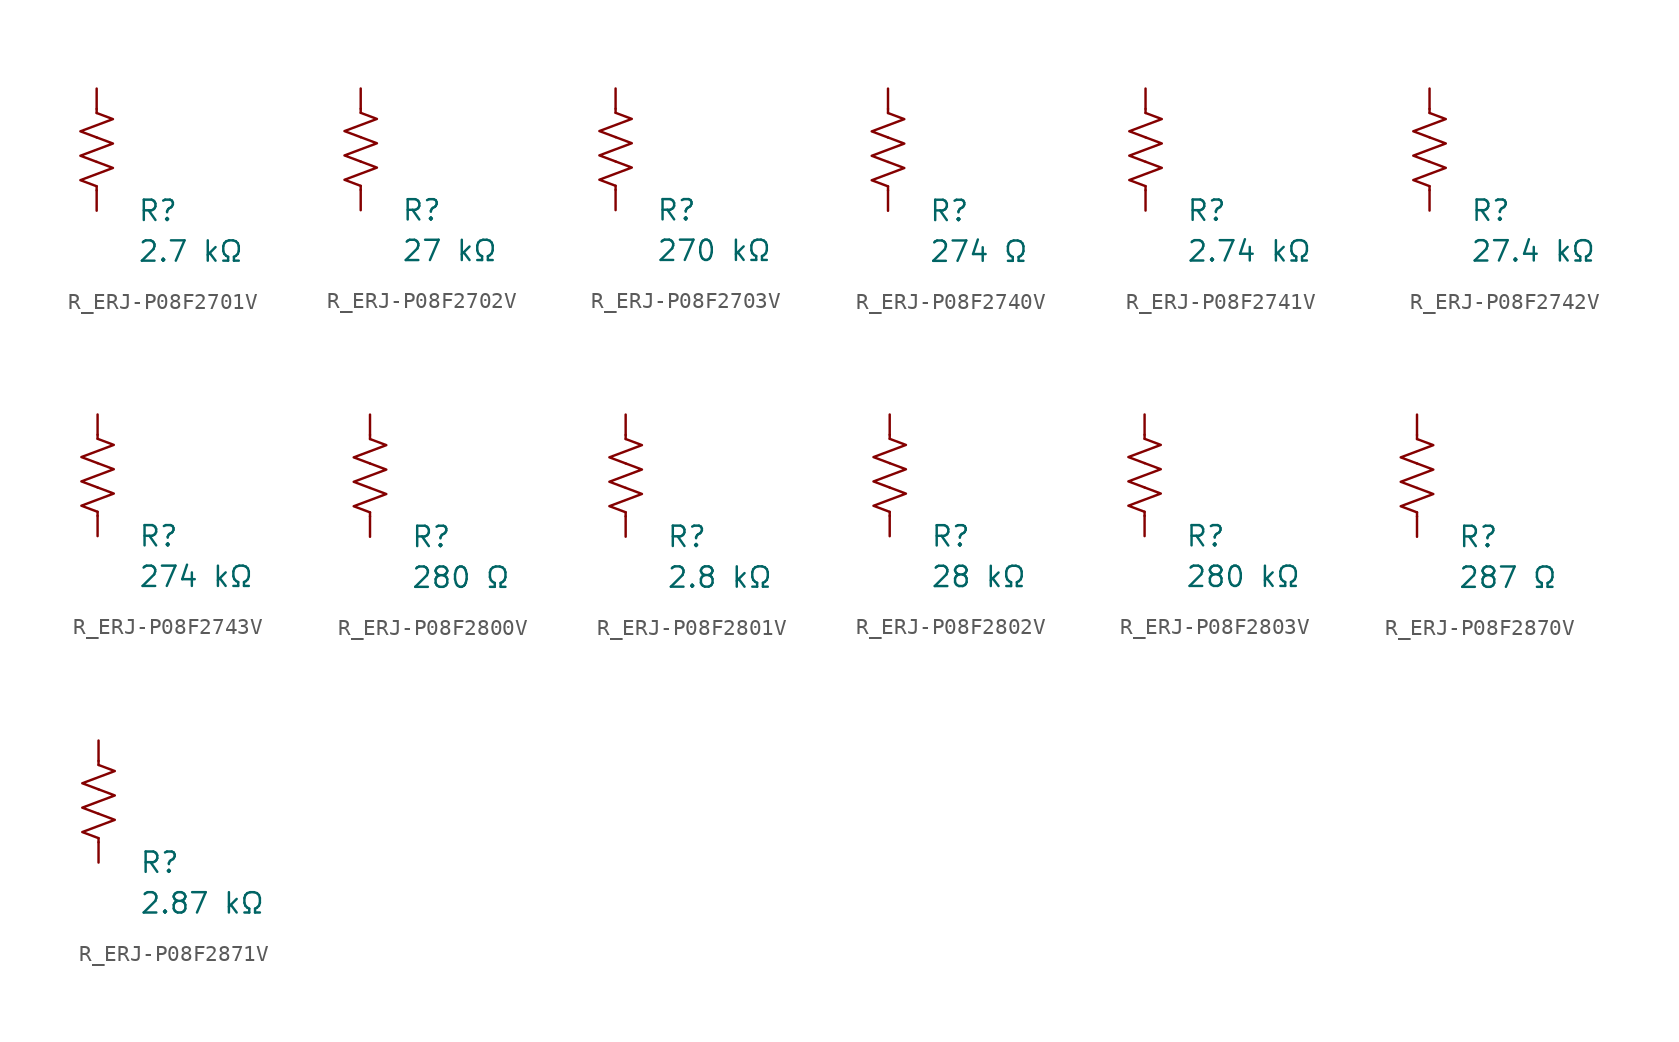
<source format=kicad_sym>
(kicad_symbol_lib
  (version 20231120)
  (generator "kicad_symbol_editor")
  (generator_version "8.0")
  (symbol "R_ERJ-P08F2701V"
    (pin_numbers hide)
    (pin_names
      (offset 0))
    (property "Reference" "R"
      (at 2.54 -3.81 0)
      (effects (font (size 1.27 1.27)) (justify left))
      (show_name no))
    (property "Value" "2.7 kΩ"
      (at 2.54 -6.35 0)
      (effects (font (size 1.27 1.27)) (justify left))
      (show_name no))
    (symbol "R_ERJ-P08F2701V_0_1"
      (polyline (pts (xy 0 -2.286) (xy 0 -2.54)) (stroke (width 0) (type default)) (fill (type none)))
      (polyline (pts (xy 0 2.286) (xy 0 2.54)) (stroke (width 0) (type default)) (fill (type none)))
      (polyline (pts (xy 0 -0.762) (xy 1.016 -1.143) (xy 0 -1.524) (xy -1.016 -1.905) (xy 0 -2.286)) (stroke (width 0) (type default)) (fill (type none)))
      (polyline (pts (xy 0 0.762) (xy 1.016 0.381) (xy 0 0) (xy -1.016 -0.381) (xy 0 -0.762)) (stroke (width 0) (type default)) (fill (type none)))
      (polyline (pts (xy 0 2.286) (xy 1.016 1.905) (xy 0 1.524) (xy -1.016 1.143) (xy 0 0.762)) (stroke (width 0) (type default)) (fill (type none))))
    (symbol "R_ERJ-P08F2701V_1_1"
      (pin passive line (at 0 3.81 270) (length 1.27) (name "~" (effects (font (size 1.27 1.27)))) (number "1" (effects (font (size 1.27 1.27)))))
      (pin passive line (at 0 -3.81 90) (length 1.27) (name "~" (effects (font (size 1.27 1.27)))) (number "2" (effects (font (size 1.27 1.27)))))))
  (symbol "R_ERJ-P08F2702V"
    (pin_numbers hide)
    (pin_names
      (offset 0))
    (property "Reference" "R"
      (at 2.54 -3.81 0)
      (effects (font (size 1.27 1.27)) (justify left))
      (show_name no))
    (property "Value" "27 kΩ"
      (at 2.54 -6.35 0)
      (effects (font (size 1.27 1.27)) (justify left))
      (show_name no))
    (symbol "R_ERJ-P08F2702V_0_1"
      (polyline (pts (xy 0 -2.286) (xy 0 -2.54)) (stroke (width 0) (type default)) (fill (type none)))
      (polyline (pts (xy 0 2.286) (xy 0 2.54)) (stroke (width 0) (type default)) (fill (type none)))
      (polyline (pts (xy 0 -0.762) (xy 1.016 -1.143) (xy 0 -1.524) (xy -1.016 -1.905) (xy 0 -2.286)) (stroke (width 0) (type default)) (fill (type none)))
      (polyline (pts (xy 0 0.762) (xy 1.016 0.381) (xy 0 0) (xy -1.016 -0.381) (xy 0 -0.762)) (stroke (width 0) (type default)) (fill (type none)))
      (polyline (pts (xy 0 2.286) (xy 1.016 1.905) (xy 0 1.524) (xy -1.016 1.143) (xy 0 0.762)) (stroke (width 0) (type default)) (fill (type none))))
    (symbol "R_ERJ-P08F2702V_1_1"
      (pin passive line (at 0 3.81 270) (length 1.27) (name "~" (effects (font (size 1.27 1.27)))) (number "1" (effects (font (size 1.27 1.27)))))
      (pin passive line (at 0 -3.81 90) (length 1.27) (name "~" (effects (font (size 1.27 1.27)))) (number "2" (effects (font (size 1.27 1.27)))))))
  (symbol "R_ERJ-P08F2703V"
    (pin_numbers hide)
    (pin_names
      (offset 0))
    (property "Reference" "R"
      (at 2.54 -3.81 0)
      (effects (font (size 1.27 1.27)) (justify left))
      (show_name no))
    (property "Value" "270 kΩ"
      (at 2.54 -6.35 0)
      (effects (font (size 1.27 1.27)) (justify left))
      (show_name no))
    (symbol "R_ERJ-P08F2703V_0_1"
      (polyline (pts (xy 0 -2.286) (xy 0 -2.54)) (stroke (width 0) (type default)) (fill (type none)))
      (polyline (pts (xy 0 2.286) (xy 0 2.54)) (stroke (width 0) (type default)) (fill (type none)))
      (polyline (pts (xy 0 -0.762) (xy 1.016 -1.143) (xy 0 -1.524) (xy -1.016 -1.905) (xy 0 -2.286)) (stroke (width 0) (type default)) (fill (type none)))
      (polyline (pts (xy 0 0.762) (xy 1.016 0.381) (xy 0 0) (xy -1.016 -0.381) (xy 0 -0.762)) (stroke (width 0) (type default)) (fill (type none)))
      (polyline (pts (xy 0 2.286) (xy 1.016 1.905) (xy 0 1.524) (xy -1.016 1.143) (xy 0 0.762)) (stroke (width 0) (type default)) (fill (type none))))
    (symbol "R_ERJ-P08F2703V_1_1"
      (pin passive line (at 0 3.81 270) (length 1.27) (name "~" (effects (font (size 1.27 1.27)))) (number "1" (effects (font (size 1.27 1.27)))))
      (pin passive line (at 0 -3.81 90) (length 1.27) (name "~" (effects (font (size 1.27 1.27)))) (number "2" (effects (font (size 1.27 1.27)))))))
  (symbol "R_ERJ-P08F2740V"
    (pin_numbers hide)
    (pin_names
      (offset 0))
    (property "Reference" "R"
      (at 2.54 -3.81 0)
      (effects (font (size 1.27 1.27)) (justify left))
      (show_name no))
    (property "Value" "274 Ω"
      (at 2.54 -6.35 0)
      (effects (font (size 1.27 1.27)) (justify left))
      (show_name no))
    (symbol "R_ERJ-P08F2740V_0_1"
      (polyline (pts (xy 0 -2.286) (xy 0 -2.54)) (stroke (width 0) (type default)) (fill (type none)))
      (polyline (pts (xy 0 2.286) (xy 0 2.54)) (stroke (width 0) (type default)) (fill (type none)))
      (polyline (pts (xy 0 -0.762) (xy 1.016 -1.143) (xy 0 -1.524) (xy -1.016 -1.905) (xy 0 -2.286)) (stroke (width 0) (type default)) (fill (type none)))
      (polyline (pts (xy 0 0.762) (xy 1.016 0.381) (xy 0 0) (xy -1.016 -0.381) (xy 0 -0.762)) (stroke (width 0) (type default)) (fill (type none)))
      (polyline (pts (xy 0 2.286) (xy 1.016 1.905) (xy 0 1.524) (xy -1.016 1.143) (xy 0 0.762)) (stroke (width 0) (type default)) (fill (type none))))
    (symbol "R_ERJ-P08F2740V_1_1"
      (pin passive line (at 0 3.81 270) (length 1.27) (name "~" (effects (font (size 1.27 1.27)))) (number "1" (effects (font (size 1.27 1.27)))))
      (pin passive line (at 0 -3.81 90) (length 1.27) (name "~" (effects (font (size 1.27 1.27)))) (number "2" (effects (font (size 1.27 1.27)))))))
  (symbol "R_ERJ-P08F2741V"
    (pin_numbers hide)
    (pin_names
      (offset 0))
    (property "Reference" "R"
      (at 2.54 -3.81 0)
      (effects (font (size 1.27 1.27)) (justify left))
      (show_name no))
    (property "Value" "2.74 kΩ"
      (at 2.54 -6.35 0)
      (effects (font (size 1.27 1.27)) (justify left))
      (show_name no))
    (symbol "R_ERJ-P08F2741V_0_1"
      (polyline (pts (xy 0 -2.286) (xy 0 -2.54)) (stroke (width 0) (type default)) (fill (type none)))
      (polyline (pts (xy 0 2.286) (xy 0 2.54)) (stroke (width 0) (type default)) (fill (type none)))
      (polyline (pts (xy 0 -0.762) (xy 1.016 -1.143) (xy 0 -1.524) (xy -1.016 -1.905) (xy 0 -2.286)) (stroke (width 0) (type default)) (fill (type none)))
      (polyline (pts (xy 0 0.762) (xy 1.016 0.381) (xy 0 0) (xy -1.016 -0.381) (xy 0 -0.762)) (stroke (width 0) (type default)) (fill (type none)))
      (polyline (pts (xy 0 2.286) (xy 1.016 1.905) (xy 0 1.524) (xy -1.016 1.143) (xy 0 0.762)) (stroke (width 0) (type default)) (fill (type none))))
    (symbol "R_ERJ-P08F2741V_1_1"
      (pin passive line (at 0 3.81 270) (length 1.27) (name "~" (effects (font (size 1.27 1.27)))) (number "1" (effects (font (size 1.27 1.27)))))
      (pin passive line (at 0 -3.81 90) (length 1.27) (name "~" (effects (font (size 1.27 1.27)))) (number "2" (effects (font (size 1.27 1.27)))))))
  (symbol "R_ERJ-P08F2742V"
    (pin_numbers hide)
    (pin_names
      (offset 0))
    (property "Reference" "R"
      (at 2.54 -3.81 0)
      (effects (font (size 1.27 1.27)) (justify left))
      (show_name no))
    (property "Value" "27.4 kΩ"
      (at 2.54 -6.35 0)
      (effects (font (size 1.27 1.27)) (justify left))
      (show_name no))
    (symbol "R_ERJ-P08F2742V_0_1"
      (polyline (pts (xy 0 -2.286) (xy 0 -2.54)) (stroke (width 0) (type default)) (fill (type none)))
      (polyline (pts (xy 0 2.286) (xy 0 2.54)) (stroke (width 0) (type default)) (fill (type none)))
      (polyline (pts (xy 0 -0.762) (xy 1.016 -1.143) (xy 0 -1.524) (xy -1.016 -1.905) (xy 0 -2.286)) (stroke (width 0) (type default)) (fill (type none)))
      (polyline (pts (xy 0 0.762) (xy 1.016 0.381) (xy 0 0) (xy -1.016 -0.381) (xy 0 -0.762)) (stroke (width 0) (type default)) (fill (type none)))
      (polyline (pts (xy 0 2.286) (xy 1.016 1.905) (xy 0 1.524) (xy -1.016 1.143) (xy 0 0.762)) (stroke (width 0) (type default)) (fill (type none))))
    (symbol "R_ERJ-P08F2742V_1_1"
      (pin passive line (at 0 3.81 270) (length 1.27) (name "~" (effects (font (size 1.27 1.27)))) (number "1" (effects (font (size 1.27 1.27)))))
      (pin passive line (at 0 -3.81 90) (length 1.27) (name "~" (effects (font (size 1.27 1.27)))) (number "2" (effects (font (size 1.27 1.27)))))))
  (symbol "R_ERJ-P08F2743V"
    (pin_numbers hide)
    (pin_names
      (offset 0))
    (property "Reference" "R"
      (at 2.54 -3.81 0)
      (effects (font (size 1.27 1.27)) (justify left))
      (show_name no))
    (property "Value" "274 kΩ"
      (at 2.54 -6.35 0)
      (effects (font (size 1.27 1.27)) (justify left))
      (show_name no))
    (symbol "R_ERJ-P08F2743V_0_1"
      (polyline (pts (xy 0 -2.286) (xy 0 -2.54)) (stroke (width 0) (type default)) (fill (type none)))
      (polyline (pts (xy 0 2.286) (xy 0 2.54)) (stroke (width 0) (type default)) (fill (type none)))
      (polyline (pts (xy 0 -0.762) (xy 1.016 -1.143) (xy 0 -1.524) (xy -1.016 -1.905) (xy 0 -2.286)) (stroke (width 0) (type default)) (fill (type none)))
      (polyline (pts (xy 0 0.762) (xy 1.016 0.381) (xy 0 0) (xy -1.016 -0.381) (xy 0 -0.762)) (stroke (width 0) (type default)) (fill (type none)))
      (polyline (pts (xy 0 2.286) (xy 1.016 1.905) (xy 0 1.524) (xy -1.016 1.143) (xy 0 0.762)) (stroke (width 0) (type default)) (fill (type none))))
    (symbol "R_ERJ-P08F2743V_1_1"
      (pin passive line (at 0 3.81 270) (length 1.27) (name "~" (effects (font (size 1.27 1.27)))) (number "1" (effects (font (size 1.27 1.27)))))
      (pin passive line (at 0 -3.81 90) (length 1.27) (name "~" (effects (font (size 1.27 1.27)))) (number "2" (effects (font (size 1.27 1.27)))))))
  (symbol "R_ERJ-P08F2800V"
    (pin_numbers hide)
    (pin_names
      (offset 0))
    (property "Reference" "R"
      (at 2.54 -3.81 0)
      (effects (font (size 1.27 1.27)) (justify left))
      (show_name no))
    (property "Value" "280 Ω"
      (at 2.54 -6.35 0)
      (effects (font (size 1.27 1.27)) (justify left))
      (show_name no))
    (symbol "R_ERJ-P08F2800V_0_1"
      (polyline (pts (xy 0 -2.286) (xy 0 -2.54)) (stroke (width 0) (type default)) (fill (type none)))
      (polyline (pts (xy 0 2.286) (xy 0 2.54)) (stroke (width 0) (type default)) (fill (type none)))
      (polyline (pts (xy 0 -0.762) (xy 1.016 -1.143) (xy 0 -1.524) (xy -1.016 -1.905) (xy 0 -2.286)) (stroke (width 0) (type default)) (fill (type none)))
      (polyline (pts (xy 0 0.762) (xy 1.016 0.381) (xy 0 0) (xy -1.016 -0.381) (xy 0 -0.762)) (stroke (width 0) (type default)) (fill (type none)))
      (polyline (pts (xy 0 2.286) (xy 1.016 1.905) (xy 0 1.524) (xy -1.016 1.143) (xy 0 0.762)) (stroke (width 0) (type default)) (fill (type none))))
    (symbol "R_ERJ-P08F2800V_1_1"
      (pin passive line (at 0 3.81 270) (length 1.27) (name "~" (effects (font (size 1.27 1.27)))) (number "1" (effects (font (size 1.27 1.27)))))
      (pin passive line (at 0 -3.81 90) (length 1.27) (name "~" (effects (font (size 1.27 1.27)))) (number "2" (effects (font (size 1.27 1.27)))))))
  (symbol "R_ERJ-P08F2801V"
    (pin_numbers hide)
    (pin_names
      (offset 0))
    (property "Reference" "R"
      (at 2.54 -3.81 0)
      (effects (font (size 1.27 1.27)) (justify left))
      (show_name no))
    (property "Value" "2.8 kΩ"
      (at 2.54 -6.35 0)
      (effects (font (size 1.27 1.27)) (justify left))
      (show_name no))
    (symbol "R_ERJ-P08F2801V_0_1"
      (polyline (pts (xy 0 -2.286) (xy 0 -2.54)) (stroke (width 0) (type default)) (fill (type none)))
      (polyline (pts (xy 0 2.286) (xy 0 2.54)) (stroke (width 0) (type default)) (fill (type none)))
      (polyline (pts (xy 0 -0.762) (xy 1.016 -1.143) (xy 0 -1.524) (xy -1.016 -1.905) (xy 0 -2.286)) (stroke (width 0) (type default)) (fill (type none)))
      (polyline (pts (xy 0 0.762) (xy 1.016 0.381) (xy 0 0) (xy -1.016 -0.381) (xy 0 -0.762)) (stroke (width 0) (type default)) (fill (type none)))
      (polyline (pts (xy 0 2.286) (xy 1.016 1.905) (xy 0 1.524) (xy -1.016 1.143) (xy 0 0.762)) (stroke (width 0) (type default)) (fill (type none))))
    (symbol "R_ERJ-P08F2801V_1_1"
      (pin passive line (at 0 3.81 270) (length 1.27) (name "~" (effects (font (size 1.27 1.27)))) (number "1" (effects (font (size 1.27 1.27)))))
      (pin passive line (at 0 -3.81 90) (length 1.27) (name "~" (effects (font (size 1.27 1.27)))) (number "2" (effects (font (size 1.27 1.27)))))))
  (symbol "R_ERJ-P08F2802V"
    (pin_numbers hide)
    (pin_names
      (offset 0))
    (property "Reference" "R"
      (at 2.54 -3.81 0)
      (effects (font (size 1.27 1.27)) (justify left))
      (show_name no))
    (property "Value" "28 kΩ"
      (at 2.54 -6.35 0)
      (effects (font (size 1.27 1.27)) (justify left))
      (show_name no))
    (symbol "R_ERJ-P08F2802V_0_1"
      (polyline (pts (xy 0 -2.286) (xy 0 -2.54)) (stroke (width 0) (type default)) (fill (type none)))
      (polyline (pts (xy 0 2.286) (xy 0 2.54)) (stroke (width 0) (type default)) (fill (type none)))
      (polyline (pts (xy 0 -0.762) (xy 1.016 -1.143) (xy 0 -1.524) (xy -1.016 -1.905) (xy 0 -2.286)) (stroke (width 0) (type default)) (fill (type none)))
      (polyline (pts (xy 0 0.762) (xy 1.016 0.381) (xy 0 0) (xy -1.016 -0.381) (xy 0 -0.762)) (stroke (width 0) (type default)) (fill (type none)))
      (polyline (pts (xy 0 2.286) (xy 1.016 1.905) (xy 0 1.524) (xy -1.016 1.143) (xy 0 0.762)) (stroke (width 0) (type default)) (fill (type none))))
    (symbol "R_ERJ-P08F2802V_1_1"
      (pin passive line (at 0 3.81 270) (length 1.27) (name "~" (effects (font (size 1.27 1.27)))) (number "1" (effects (font (size 1.27 1.27)))))
      (pin passive line (at 0 -3.81 90) (length 1.27) (name "~" (effects (font (size 1.27 1.27)))) (number "2" (effects (font (size 1.27 1.27)))))))
  (symbol "R_ERJ-P08F2803V"
    (pin_numbers hide)
    (pin_names
      (offset 0))
    (property "Reference" "R"
      (at 2.54 -3.81 0)
      (effects (font (size 1.27 1.27)) (justify left))
      (show_name no))
    (property "Value" "280 kΩ"
      (at 2.54 -6.35 0)
      (effects (font (size 1.27 1.27)) (justify left))
      (show_name no))
    (symbol "R_ERJ-P08F2803V_0_1"
      (polyline (pts (xy 0 -2.286) (xy 0 -2.54)) (stroke (width 0) (type default)) (fill (type none)))
      (polyline (pts (xy 0 2.286) (xy 0 2.54)) (stroke (width 0) (type default)) (fill (type none)))
      (polyline (pts (xy 0 -0.762) (xy 1.016 -1.143) (xy 0 -1.524) (xy -1.016 -1.905) (xy 0 -2.286)) (stroke (width 0) (type default)) (fill (type none)))
      (polyline (pts (xy 0 0.762) (xy 1.016 0.381) (xy 0 0) (xy -1.016 -0.381) (xy 0 -0.762)) (stroke (width 0) (type default)) (fill (type none)))
      (polyline (pts (xy 0 2.286) (xy 1.016 1.905) (xy 0 1.524) (xy -1.016 1.143) (xy 0 0.762)) (stroke (width 0) (type default)) (fill (type none))))
    (symbol "R_ERJ-P08F2803V_1_1"
      (pin passive line (at 0 3.81 270) (length 1.27) (name "~" (effects (font (size 1.27 1.27)))) (number "1" (effects (font (size 1.27 1.27)))))
      (pin passive line (at 0 -3.81 90) (length 1.27) (name "~" (effects (font (size 1.27 1.27)))) (number "2" (effects (font (size 1.27 1.27)))))))
  (symbol "R_ERJ-P08F2870V"
    (pin_numbers hide)
    (pin_names
      (offset 0))
    (property "Reference" "R"
      (at 2.54 -3.81 0)
      (effects (font (size 1.27 1.27)) (justify left))
      (show_name no))
    (property "Value" "287 Ω"
      (at 2.54 -6.35 0)
      (effects (font (size 1.27 1.27)) (justify left))
      (show_name no))
    (symbol "R_ERJ-P08F2870V_0_1"
      (polyline (pts (xy 0 -2.286) (xy 0 -2.54)) (stroke (width 0) (type default)) (fill (type none)))
      (polyline (pts (xy 0 2.286) (xy 0 2.54)) (stroke (width 0) (type default)) (fill (type none)))
      (polyline (pts (xy 0 -0.762) (xy 1.016 -1.143) (xy 0 -1.524) (xy -1.016 -1.905) (xy 0 -2.286)) (stroke (width 0) (type default)) (fill (type none)))
      (polyline (pts (xy 0 0.762) (xy 1.016 0.381) (xy 0 0) (xy -1.016 -0.381) (xy 0 -0.762)) (stroke (width 0) (type default)) (fill (type none)))
      (polyline (pts (xy 0 2.286) (xy 1.016 1.905) (xy 0 1.524) (xy -1.016 1.143) (xy 0 0.762)) (stroke (width 0) (type default)) (fill (type none))))
    (symbol "R_ERJ-P08F2870V_1_1"
      (pin passive line (at 0 3.81 270) (length 1.27) (name "~" (effects (font (size 1.27 1.27)))) (number "1" (effects (font (size 1.27 1.27)))))
      (pin passive line (at 0 -3.81 90) (length 1.27) (name "~" (effects (font (size 1.27 1.27)))) (number "2" (effects (font (size 1.27 1.27)))))))
  (symbol "R_ERJ-P08F2871V"
    (pin_numbers hide)
    (pin_names
      (offset 0))
    (property "Reference" "R"
      (at 2.54 -3.81 0)
      (effects (font (size 1.27 1.27)) (justify left))
      (show_name no))
    (property "Value" "2.87 kΩ"
      (at 2.54 -6.35 0)
      (effects (font (size 1.27 1.27)) (justify left))
      (show_name no))
    (symbol "R_ERJ-P08F2871V_0_1"
      (polyline (pts (xy 0 -2.286) (xy 0 -2.54)) (stroke (width 0) (type default)) (fill (type none)))
      (polyline (pts (xy 0 2.286) (xy 0 2.54)) (stroke (width 0) (type default)) (fill (type none)))
      (polyline (pts (xy 0 -0.762) (xy 1.016 -1.143) (xy 0 -1.524) (xy -1.016 -1.905) (xy 0 -2.286)) (stroke (width 0) (type default)) (fill (type none)))
      (polyline (pts (xy 0 0.762) (xy 1.016 0.381) (xy 0 0) (xy -1.016 -0.381) (xy 0 -0.762)) (stroke (width 0) (type default)) (fill (type none)))
      (polyline (pts (xy 0 2.286) (xy 1.016 1.905) (xy 0 1.524) (xy -1.016 1.143) (xy 0 0.762)) (stroke (width 0) (type default)) (fill (type none))))
    (symbol "R_ERJ-P08F2871V_1_1"
      (pin passive line (at 0 3.81 270) (length 1.27) (name "~" (effects (font (size 1.27 1.27)))) (number "1" (effects (font (size 1.27 1.27)))))
      (pin passive line (at 0 -3.81 90) (length 1.27) (name "~" (effects (font (size 1.27 1.27)))) (number "2" (effects (font (size 1.27 1.27))))))))
</source>
